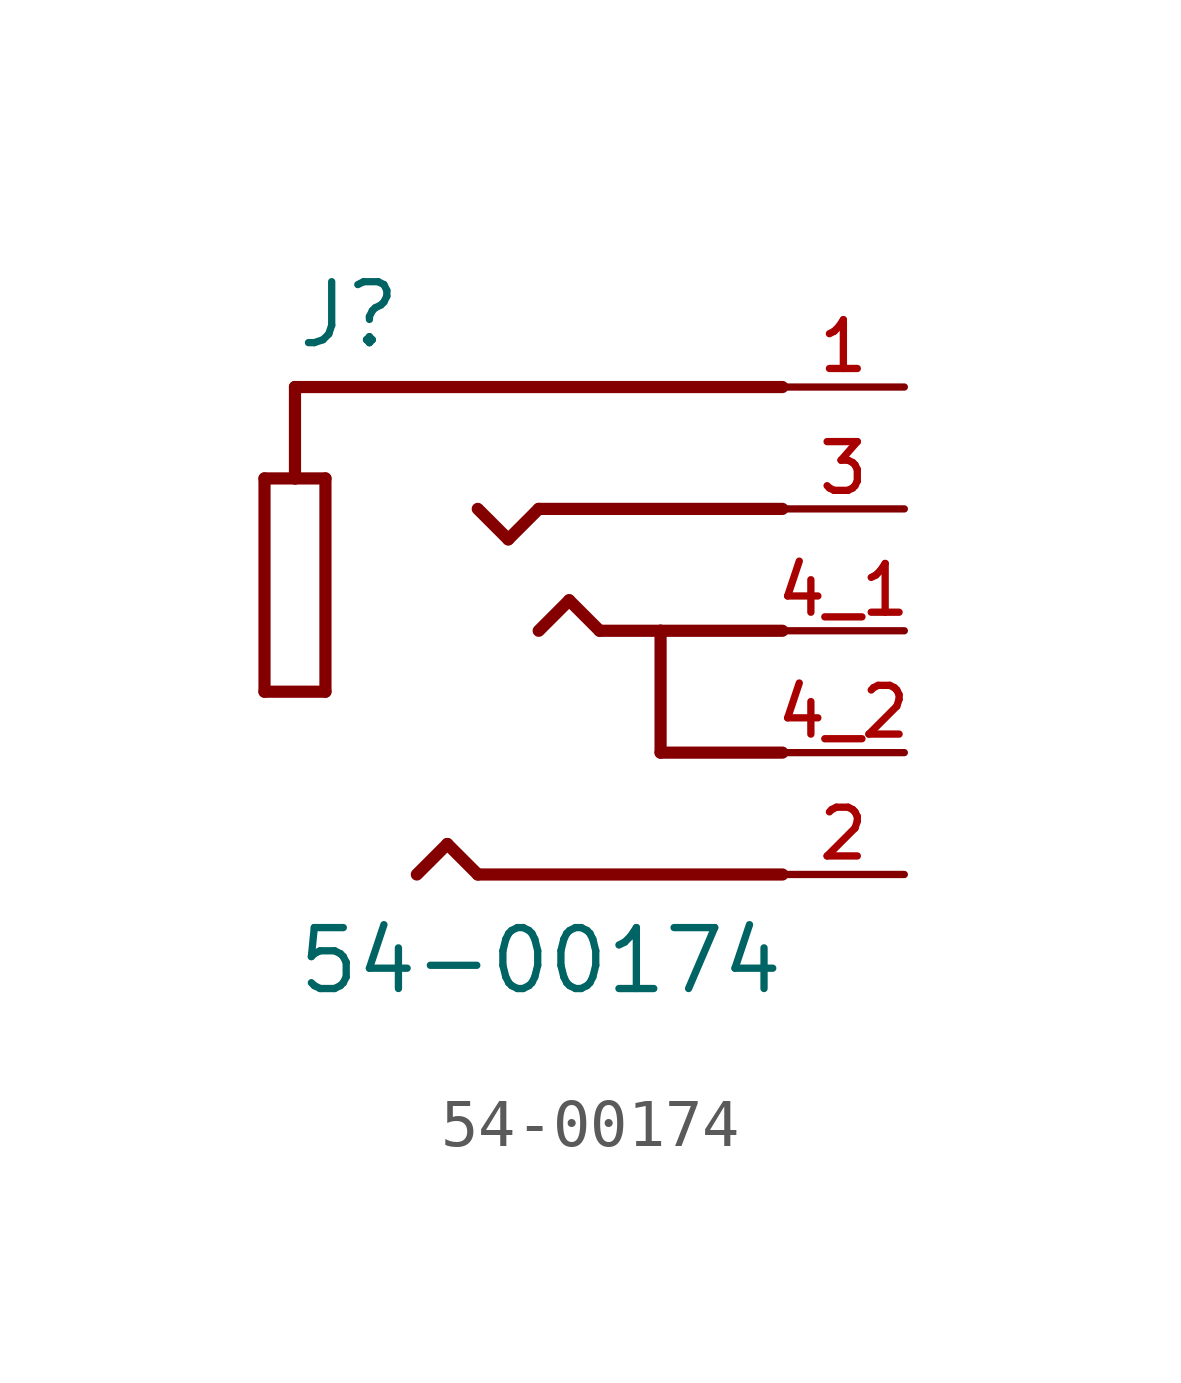
<source format=kicad_sym>
(kicad_symbol_lib
  (version 20220914)
  (generator kicad_symbol_editor)
  (symbol "54-00174"
    (pin_names
      (offset 1.016) hide)
    (property "Reference" "J"
      (at -5.08 5.842 0)
      (effects (font (size 1.27 1.27)) (justify left bottom)))
    (property "Value" "54-00174"
      (at -5.08 -7.62 0)
      (effects (font (size 1.27 1.27)) (justify left bottom)))
    (property "ki_locked" ""
      (at 0 0 0)
      (effects (font (size 1.27 1.27))))
    (symbol "54-00174_0_0"
      (polyline (pts (xy -5.715 -1.27) (xy -5.715 3.175)) (stroke (width 0.254) (type solid)) (fill (type none)))
      (polyline (pts (xy -5.715 3.175) (xy -5.08 3.175)) (stroke (width 0.254) (type solid)) (fill (type none)))
      (polyline (pts (xy -5.08 3.175) (xy -4.445 3.175)) (stroke (width 0.254) (type solid)) (fill (type none)))
      (polyline (pts (xy -5.08 5.08) (xy -5.08 3.175)) (stroke (width 0.254) (type solid)) (fill (type none)))
      (polyline (pts (xy -4.445 -1.27) (xy -5.715 -1.27)) (stroke (width 0.254) (type solid)) (fill (type none)))
      (polyline (pts (xy -4.445 3.175) (xy -4.445 -1.27)) (stroke (width 0.254) (type solid)) (fill (type none)))
      (polyline (pts (xy -1.905 -4.445) (xy -2.54 -5.08)) (stroke (width 0.254) (type solid)) (fill (type none)))
      (polyline (pts (xy -1.27 -5.08) (xy -1.905 -4.445)) (stroke (width 0.254) (type solid)) (fill (type none)))
      (polyline (pts (xy -0.635 1.905) (xy -1.27 2.54)) (stroke (width 0.254) (type solid)) (fill (type none)))
      (polyline (pts (xy 0 2.54) (xy -0.635 1.905)) (stroke (width 0.254) (type solid)) (fill (type none)))
      (polyline (pts (xy 0.635 0.635) (xy 0 0)) (stroke (width 0.254) (type solid)) (fill (type none)))
      (polyline (pts (xy 1.27 0) (xy 0.635 0.635)) (stroke (width 0.254) (type solid)) (fill (type none)))
      (polyline (pts (xy 2.54 -2.54) (xy 2.54 0)) (stroke (width 0.254) (type solid)) (fill (type none)))
      (polyline (pts (xy 2.54 0) (xy 1.27 0)) (stroke (width 0.254) (type solid)) (fill (type none)))
      (polyline (pts (xy 5.08 -5.08) (xy -1.27 -5.08)) (stroke (width 0.254) (type solid)) (fill (type none)))
      (polyline (pts (xy 5.08 -2.54) (xy 2.54 -2.54)) (stroke (width 0.254) (type solid)) (fill (type none)))
      (polyline (pts (xy 5.08 0) (xy 2.54 0)) (stroke (width 0.254) (type solid)) (fill (type none)))
      (polyline (pts (xy 5.08 2.54) (xy 0 2.54)) (stroke (width 0.254) (type solid)) (fill (type none)))
      (polyline (pts (xy 5.08 5.08) (xy -5.08 5.08)) (stroke (width 0.254) (type solid)) (fill (type none)))
      (pin passive line (at 7.62 5.08 180) (length 2.54) (name "~" (effects (font (size 1.016 1.016)))) (number "1" (effects (font (size 1.016 1.016)))))
      (pin passive line (at 7.62 -5.08 180) (length 2.54) (name "~" (effects (font (size 1.016 1.016)))) (number "2" (effects (font (size 1.016 1.016)))))
      (pin passive line (at 7.62 2.54 180) (length 2.54) (name "~" (effects (font (size 1.016 1.016)))) (number "3" (effects (font (size 1.016 1.016)))))
      (pin passive line (at 7.62 0 180) (length 2.54) (name "~" (effects (font (size 1.016 1.016)))) (number "4_1" (effects (font (size 1.016 1.016)))))
      (pin passive line (at 7.62 -2.54 180) (length 2.54) (name "~" (effects (font (size 1.016 1.016)))) (number "4_2" (effects (font (size 1.016 1.016))))))))
</source>
